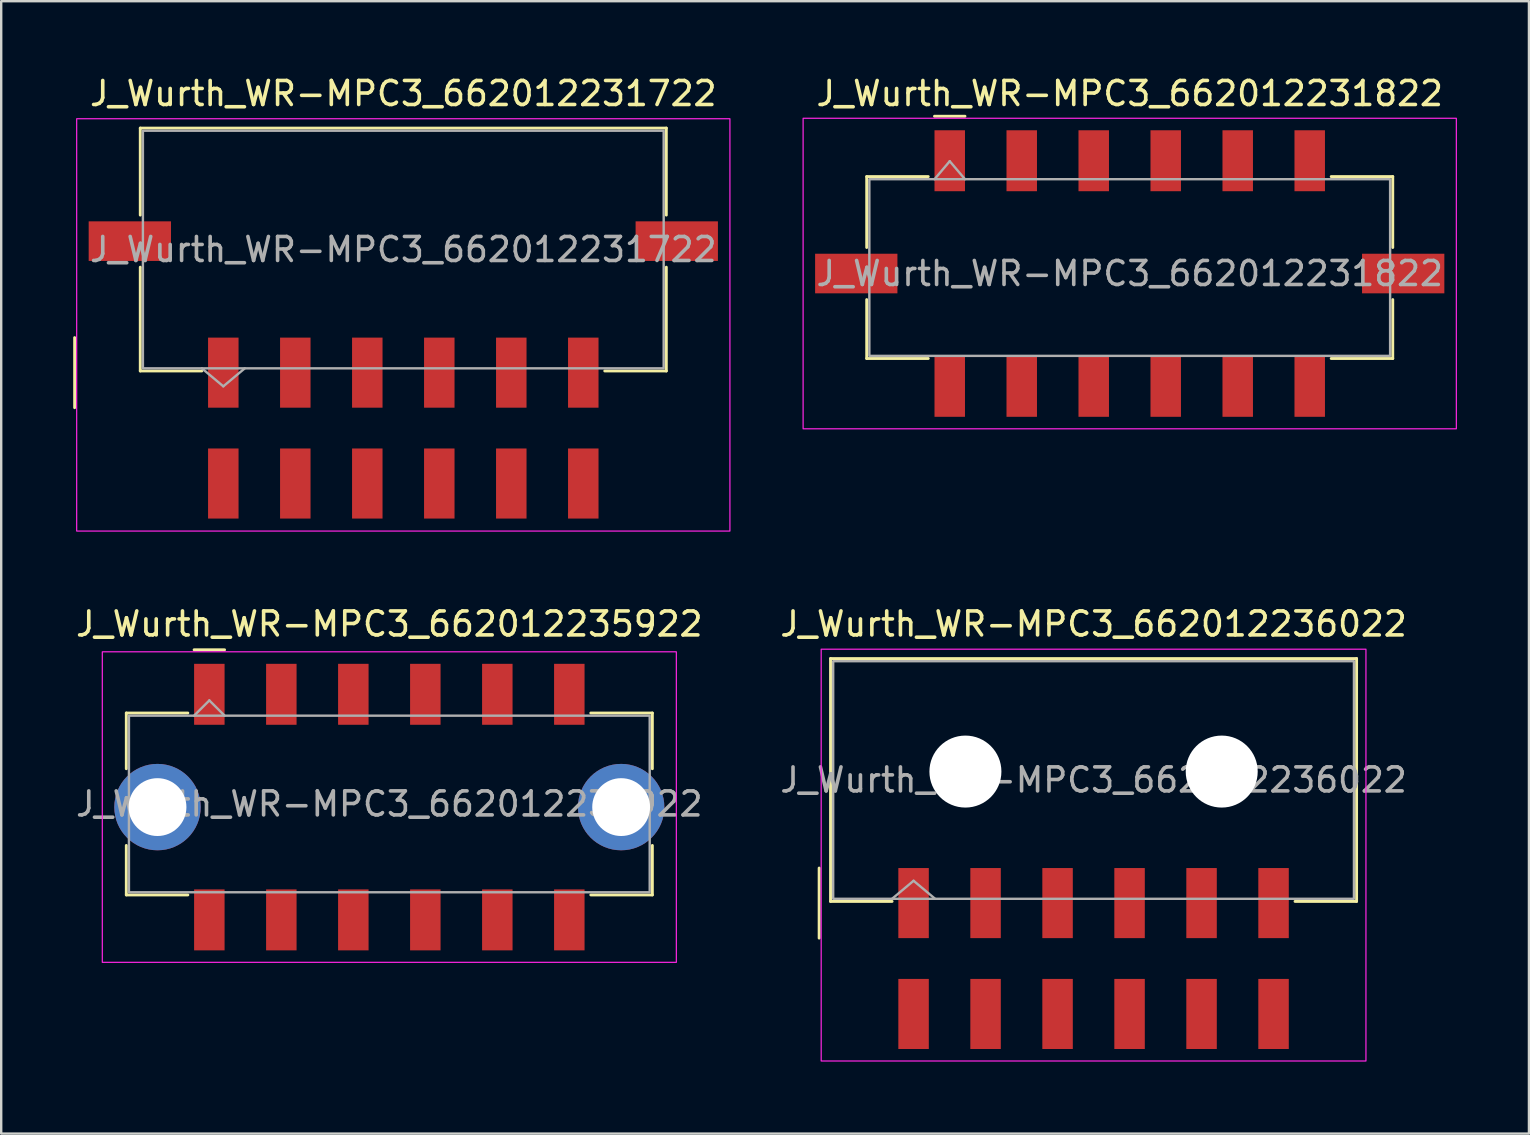
<source format=kicad_pcb>
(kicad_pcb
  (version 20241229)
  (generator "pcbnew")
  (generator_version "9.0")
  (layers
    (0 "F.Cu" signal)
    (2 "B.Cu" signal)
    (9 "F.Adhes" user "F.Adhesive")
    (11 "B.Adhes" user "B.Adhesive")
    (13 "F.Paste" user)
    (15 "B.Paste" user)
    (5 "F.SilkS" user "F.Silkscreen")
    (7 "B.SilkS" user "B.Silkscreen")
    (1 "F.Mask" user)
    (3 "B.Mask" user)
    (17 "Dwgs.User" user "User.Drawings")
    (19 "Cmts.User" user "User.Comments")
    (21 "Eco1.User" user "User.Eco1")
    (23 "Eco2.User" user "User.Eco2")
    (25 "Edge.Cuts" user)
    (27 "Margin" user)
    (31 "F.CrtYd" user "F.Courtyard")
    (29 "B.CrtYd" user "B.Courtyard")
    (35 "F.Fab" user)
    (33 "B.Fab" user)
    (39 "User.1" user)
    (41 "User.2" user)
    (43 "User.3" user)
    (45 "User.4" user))
  (footprint "J_Wurth_WR-MPC3_662012231822"
    (layer "F.Cu")
    (at 44.025 8.348)
    (property "Reference" "J_Wurth_WR-MPC3_662012231822" (at 0 -7.5 0) (unlocked yes) (layer "F.SilkS") (effects (font (size 1 1) (thickness 0.15))))
    (attr smd)
    (fp_line (start -10.96 -4.04) (end -8.395 -4.04) (stroke (width 0.12) (type solid)) (layer "F.SilkS"))
    (fp_line (start -10.96 -1.085) (end -10.96 -4.04) (stroke (width 0.12) (type solid)) (layer "F.SilkS"))
    (fp_line (start -10.96 3.54) (end -10.96 1.085) (stroke (width 0.12) (type solid)) (layer "F.SilkS"))
    (fp_line (start -10.96 3.54) (end -8.395 3.54) (stroke (width 0.12) (type solid)) (layer "F.SilkS"))
    (fp_line (start -8.135 -6.555) (end -6.865 -6.555) (stroke (width 0.12) (type solid)) (layer "F.SilkS"))
    (fp_line (start 8.395 -4.04) (end 10.96 -4.04) (stroke (width 0.12) (type solid)) (layer "F.SilkS"))
    (fp_line (start 8.395 3.54) (end 10.96 3.54) (stroke (width 0.12) (type solid)) (layer "F.SilkS"))
    (fp_line (start 10.96 -1.085) (end 10.96 -4.04) (stroke (width 0.12) (type solid)) (layer "F.SilkS"))
    (fp_line (start 10.96 3.54) (end 10.96 1.085) (stroke (width 0.12) (type solid)) (layer "F.SilkS"))
    (fp_rect (start -13.61 -6.47) (end 13.61 6.47) (stroke (width 0.05) (type solid)) (fill no) (layer "F.CrtYd"))
    (fp_line (start -7.5 -4.68) (end -8.135 -3.93) (stroke (width 0.1) (type solid)) (layer "F.Fab"))
    (fp_line (start -7.5 -4.68) (end -6.865 -3.93) (stroke (width 0.1) (type solid)) (layer "F.Fab"))
    (fp_rect (start -10.85 -3.93) (end 10.85 3.43) (stroke (width 0.1) (type solid)) (fill no) (layer "F.Fab"))
    (fp_text user "${REFERENCE}" (at 0 0 0) (unlocked yes) (layer "F.Fab") (effects (font (size 1 1) (thickness 0.15))))
    (pad "1" smd rect (at -7.5 -4.7 180) (size 1.27 2.54) (layers "F.Cu" "F.Mask" "F.Paste"))
    (pad "2" smd rect (at -4.5 -4.7 180) (size 1.27 2.54) (layers "F.Cu" "F.Mask" "F.Paste"))
    (pad "3" smd rect (at -1.5 -4.7 180) (size 1.27 2.54) (layers "F.Cu" "F.Mask" "F.Paste"))
    (pad "4" smd rect (at 1.5 -4.7 180) (size 1.27 2.54) (layers "F.Cu" "F.Mask" "F.Paste"))
    (pad "5" smd rect (at 4.5 -4.7 180) (size 1.27 2.54) (layers "F.Cu" "F.Mask" "F.Paste"))
    (pad "6" smd rect (at 7.5 -4.7 180) (size 1.27 2.54) (layers "F.Cu" "F.Mask" "F.Paste"))
    (pad "7" smd rect (at -7.5 4.7 180) (size 1.27 2.54) (layers "F.Cu" "F.Mask" "F.Paste"))
    (pad "8" smd rect (at -4.5 4.7 180) (size 1.27 2.54) (layers "F.Cu" "F.Mask" "F.Paste"))
    (pad "9" smd rect (at -1.5 4.7 180) (size 1.27 2.54) (layers "F.Cu" "F.Mask" "F.Paste"))
    (pad "10" smd rect (at 1.5 4.7 180) (size 1.27 2.54) (layers "F.Cu" "F.Mask" "F.Paste"))
    (pad "11" smd rect (at 4.5 4.7 180) (size 1.27 2.54) (layers "F.Cu" "F.Mask" "F.Paste"))
    (pad "12" smd rect (at 7.5 4.7 180) (size 1.27 2.54) (layers "F.Cu" "F.Mask" "F.Paste"))
    (pad "MP1" smd rect (at 11.395 0 180) (size 3.43 1.65) (layers "F.Cu" "F.Mask" "F.Paste"))
    (pad "MP2" smd rect (at -11.395 0 180) (size 3.43 1.65) (layers "F.Cu" "F.Mask" "F.Paste")))
  (footprint "J_Wurth_WR-MPC3_662012231722"
    (layer "F.Cu")
    (at 13.755 7.348)
    (property "Reference" "J_Wurth_WR-MPC3_662012231722" (at 0 -6.5 0) (unlocked yes) (layer "F.SilkS") (effects (font (size 1 1) (thickness 0.15))))
    (attr smd)
    (fp_line (start -13.695 6.59) (end -13.695 3.67) (stroke (width 0.12) (type solid)) (layer "F.SilkS"))
    (fp_line (start -10.96 -5.06) (end -10.96 -1.435) (stroke (width 0.12) (type solid)) (layer "F.SilkS"))
    (fp_line (start -10.96 -5.06) (end 10.96 -5.06) (stroke (width 0.12) (type default)) (layer "F.SilkS"))
    (fp_line (start -10.96 0.735) (end -10.96 5.06) (stroke (width 0.12) (type solid)) (layer "F.SilkS"))
    (fp_line (start -8.395 5.06) (end -10.96 5.06) (stroke (width 0.12) (type solid)) (layer "F.SilkS"))
    (fp_line (start 10.96 -5.06) (end 10.96 -1.435) (stroke (width 0.12) (type solid)) (layer "F.SilkS"))
    (fp_line (start 10.96 0.735) (end 10.96 5.06) (stroke (width 0.12) (type solid)) (layer "F.SilkS"))
    (fp_line (start 10.96 5.06) (end 8.395 5.06) (stroke (width 0.12) (type solid)) (layer "F.SilkS"))
    (fp_rect (start -13.61 -5.45) (end 13.61 11.73) (stroke (width 0.05) (type solid)) (fill no) (layer "F.CrtYd"))
    (fp_line (start -7.5 5.7) (end -8.395 4.95) (stroke (width 0.1) (type solid)) (layer "F.Fab"))
    (fp_line (start -7.5 5.7) (end -6.605 4.95) (stroke (width 0.1) (type solid)) (layer "F.Fab"))
    (fp_rect (start -10.85 -4.95) (end 10.85 4.95) (stroke (width 0.1) (type solid)) (fill no) (layer "F.Fab"))
    (fp_text user "${REFERENCE}" (at 0 0 0) (unlocked yes) (layer "F.Fab") (effects (font (size 1 1) (thickness 0.15))))
    (pad "1" smd rect (at -7.5 5.13 180) (size 1.27 2.92) (layers "F.Cu" "F.Mask" "F.Paste"))
    (pad "2" smd rect (at -4.5 5.13 180) (size 1.27 2.92) (layers "F.Cu" "F.Mask" "F.Paste"))
    (pad "3" smd rect (at -1.5 5.13 180) (size 1.27 2.92) (layers "F.Cu" "F.Mask" "F.Paste"))
    (pad "4" smd rect (at 1.5 5.13 180) (size 1.27 2.92) (layers "F.Cu" "F.Mask" "F.Paste"))
    (pad "5" smd rect (at 4.5 5.13 180) (size 1.27 2.92) (layers "F.Cu" "F.Mask" "F.Paste"))
    (pad "6" smd rect (at 7.5 5.13 180) (size 1.27 2.92) (layers "F.Cu" "F.Mask" "F.Paste"))
    (pad "7" smd rect (at -7.5 9.75 180) (size 1.27 2.92) (layers "F.Cu" "F.Mask" "F.Paste"))
    (pad "8" smd rect (at -4.5 9.75 180) (size 1.27 2.92) (layers "F.Cu" "F.Mask" "F.Paste"))
    (pad "9" smd rect (at -1.5 9.75 180) (size 1.27 2.92) (layers "F.Cu" "F.Mask" "F.Paste"))
    (pad "10" smd rect (at 1.5 9.75 180) (size 1.27 2.92) (layers "F.Cu" "F.Mask" "F.Paste"))
    (pad "11" smd rect (at 4.5 9.75 180) (size 1.27 2.92) (layers "F.Cu" "F.Mask" "F.Paste"))
    (pad "12" smd rect (at 7.5 9.75 180) (size 1.27 2.92) (layers "F.Cu" "F.Mask" "F.Paste"))
    (pad "MP1" smd rect (at 11.395 -0.35 180) (size 3.43 1.65) (layers "F.Cu" "F.Mask" "F.Paste"))
    (pad "MP2" smd rect (at -11.395 -0.35 180) (size 3.43 1.65) (layers "F.Cu" "F.Mask" "F.Paste")))
  (footprint "J_Wurth_WR-MPC3_662012235922"
    (layer "F.Cu")
    (at 13.173 30.451)
    (property "Reference" "J_Wurth_WR-MPC3_662012235922" (at 0 -7.5 0) (unlocked yes) (layer "F.SilkS") (effects (font (size 1 1) (thickness 0.15))))
    (attr smd)
    (fp_line (start -10.96 -3.79) (end -10.96 -1.468) (stroke (width 0.12) (type default)) (layer "F.SilkS"))
    (fp_line (start -10.96 1.728) (end -10.96 3.79) (stroke (width 0.12) (type default)) (layer "F.SilkS"))
    (fp_line (start -8.395 -3.79) (end -10.96 -3.79) (stroke (width 0.12) (type solid)) (layer "F.SilkS"))
    (fp_line (start -8.395 3.79) (end -10.96 3.79) (stroke (width 0.12) (type solid)) (layer "F.SilkS"))
    (fp_line (start -8.135 -6.425) (end -6.865 -6.425) (stroke (width 0.12) (type solid)) (layer "F.SilkS"))
    (fp_line (start 10.96 -3.79) (end 8.395 -3.79) (stroke (width 0.12) (type solid)) (layer "F.SilkS"))
    (fp_line (start 10.96 -3.79) (end 10.96 -1.468) (stroke (width 0.12) (type default)) (layer "F.SilkS"))
    (fp_line (start 10.96 1.728) (end 10.96 3.79) (stroke (width 0.12) (type default)) (layer "F.SilkS"))
    (fp_line (start 10.96 3.79) (end 8.395 3.79) (stroke (width 0.12) (type solid)) (layer "F.SilkS"))
    (fp_rect (start -11.96 -6.34) (end 11.96 6.6) (stroke (width 0.05) (type solid)) (fill no) (layer "F.CrtYd"))
    (fp_line (start -7.5 -4.315) (end -8.135 -3.68) (stroke (width 0.1) (type default)) (layer "F.Fab"))
    (fp_line (start -6.865 -3.68) (end -7.5 -4.315) (stroke (width 0.1) (type default)) (layer "F.Fab"))
    (fp_rect (start -10.85 -3.68) (end 10.85 3.68) (stroke (width 0.1) (type solid)) (fill no) (layer "F.Fab"))
    (fp_text user "${REFERENCE}" (at 0 0 0) (unlocked yes) (layer "F.Fab") (effects (font (size 1 1) (thickness 0.15))))
    (pad "1" smd rect (at -7.5 -4.57 180) (size 1.27 2.54) (layers "F.Cu" "F.Mask" "F.Paste"))
    (pad "2" smd rect (at -4.5 -4.57 180) (size 1.27 2.54) (layers "F.Cu" "F.Mask" "F.Paste"))
    (pad "3" smd rect (at -1.5 -4.57 180) (size 1.27 2.54) (layers "F.Cu" "F.Mask" "F.Paste"))
    (pad "4" smd rect (at 1.5 -4.57 180) (size 1.27 2.54) (layers "F.Cu" "F.Mask" "F.Paste"))
    (pad "5" smd rect (at 4.5 -4.57 180) (size 1.27 2.54) (layers "F.Cu" "F.Mask" "F.Paste"))
    (pad "6" smd rect (at 7.5 -4.57 180) (size 1.27 2.54) (layers "F.Cu" "F.Mask" "F.Paste"))
    (pad "7" smd rect (at -7.5 4.83 180) (size 1.27 2.54) (layers "F.Cu" "F.Mask" "F.Paste"))
    (pad "8" smd rect (at -4.5 4.83 180) (size 1.27 2.54) (layers "F.Cu" "F.Mask" "F.Paste"))
    (pad "9" smd rect (at -1.5 4.83 180) (size 1.27 2.54) (layers "F.Cu" "F.Mask" "F.Paste"))
    (pad "10" smd rect (at 1.5 4.83 180) (size 1.27 2.54) (layers "F.Cu" "F.Mask" "F.Paste"))
    (pad "11" smd rect (at 4.5 4.83 180) (size 1.27 2.54) (layers "F.Cu" "F.Mask" "F.Paste"))
    (pad "12" smd rect (at 7.5 4.83 180) (size 1.27 2.54) (layers "F.Cu" "F.Mask" "F.Paste"))
    (pad "MH1" thru_hole circle (at 9.66 0.13 180) (size 3.6 3.6) (drill 2.41) (layers "*.Cu" "*.Mask"))
    (pad "MH2" thru_hole circle (at -9.66 0.13 180) (size 3.6 3.6) (drill 2.41) (layers "*.Cu" "*.Mask")))
  (footprint "J_Wurth_WR-MPC3_662012236022"
    (layer "F.Cu")
    (at 42.518 29.451)
    (property "Reference" "J_Wurth_WR-MPC3_662012236022" (at 0 -6.5 0) (unlocked yes) (layer "F.SilkS") (effects (font (size 1 1) (thickness 0.15))))
    (attr smd)
    (fp_line (start -11.435 3.67) (end -11.435 6.59) (stroke (width 0.12) (type solid)) (layer "F.SilkS"))
    (fp_line (start -10.96 -5.06) (end 10.96 -5.06) (stroke (width 0.12) (type default)) (layer "F.SilkS"))
    (fp_line (start -10.96 5.06) (end -10.96 -5.06) (stroke (width 0.12) (type default)) (layer "F.SilkS"))
    (fp_line (start -8.395 5.06) (end -10.96 5.06) (stroke (width 0.12) (type solid)) (layer "F.SilkS"))
    (fp_line (start 10.96 -5.06) (end 10.96 5.06) (stroke (width 0.12) (type default)) (layer "F.SilkS"))
    (fp_line (start 10.96 5.06) (end 8.395 5.06) (stroke (width 0.12) (type solid)) (layer "F.SilkS"))
    (fp_rect (start -11.35 -5.45) (end 11.35 11.71) (stroke (width 0.05) (type solid)) (fill no) (layer "F.CrtYd"))
    (fp_line (start -7.5 4.2) (end -8.395 4.95) (stroke (width 0.1) (type solid)) (layer "F.Fab"))
    (fp_line (start -7.5 4.2) (end -6.605 4.95) (stroke (width 0.1) (type solid)) (layer "F.Fab"))
    (fp_rect (start -10.85 -4.95) (end 10.85 4.95) (stroke (width 0.1) (type solid)) (fill no) (layer "F.Fab"))
    (fp_text user "${REFERENCE}" (at 0 0 0) (unlocked yes) (layer "F.Fab") (effects (font (size 1 1) (thickness 0.15))))
    (pad "" np_thru_hole circle (at -5.34 -0.35 180) (size 3 3) (drill 3) (layers "*.Cu" "*.Mask"))
    (pad "" np_thru_hole circle (at 5.34 -0.35 180) (size 3 3) (drill 3) (layers "*.Cu" "*.Mask"))
    (pad "1" smd rect (at -7.5 5.13 180) (size 1.27 2.92) (layers "F.Cu" "F.Mask" "F.Paste"))
    (pad "2" smd rect (at -4.5 5.13 180) (size 1.27 2.92) (layers "F.Cu" "F.Mask" "F.Paste"))
    (pad "3" smd rect (at -1.5 5.13 180) (size 1.27 2.92) (layers "F.Cu" "F.Mask" "F.Paste"))
    (pad "4" smd rect (at 1.5 5.13 180) (size 1.27 2.92) (layers "F.Cu" "F.Mask" "F.Paste"))
    (pad "5" smd rect (at 4.5 5.13 180) (size 1.27 2.92) (layers "F.Cu" "F.Mask" "F.Paste"))
    (pad "6" smd rect (at 7.5 5.13 180) (size 1.27 2.92) (layers "F.Cu" "F.Mask" "F.Paste"))
    (pad "7" smd rect (at -7.5 9.75 180) (size 1.27 2.92) (layers "F.Cu" "F.Mask" "F.Paste"))
    (pad "8" smd rect (at -4.5 9.75 180) (size 1.27 2.92) (layers "F.Cu" "F.Mask" "F.Paste"))
    (pad "9" smd rect (at -1.5 9.75 180) (size 1.27 2.92) (layers "F.Cu" "F.Mask" "F.Paste"))
    (pad "10" smd rect (at 1.5 9.75 180) (size 1.27 2.92) (layers "F.Cu" "F.Mask" "F.Paste"))
    (pad "11" smd rect (at 4.5 9.75 180) (size 1.27 2.92) (layers "F.Cu" "F.Mask" "F.Paste"))
    (pad "12" smd rect (at 7.5 9.75 180) (size 1.27 2.92) (layers "F.Cu" "F.Mask" "F.Paste")))
  (gr_rect
    (start -3 -3)
    (end 60.66 44.187)
    (stroke (width 0.1) (type default))
    (fill no)
    (layer "Edge.Cuts")))
</source>
